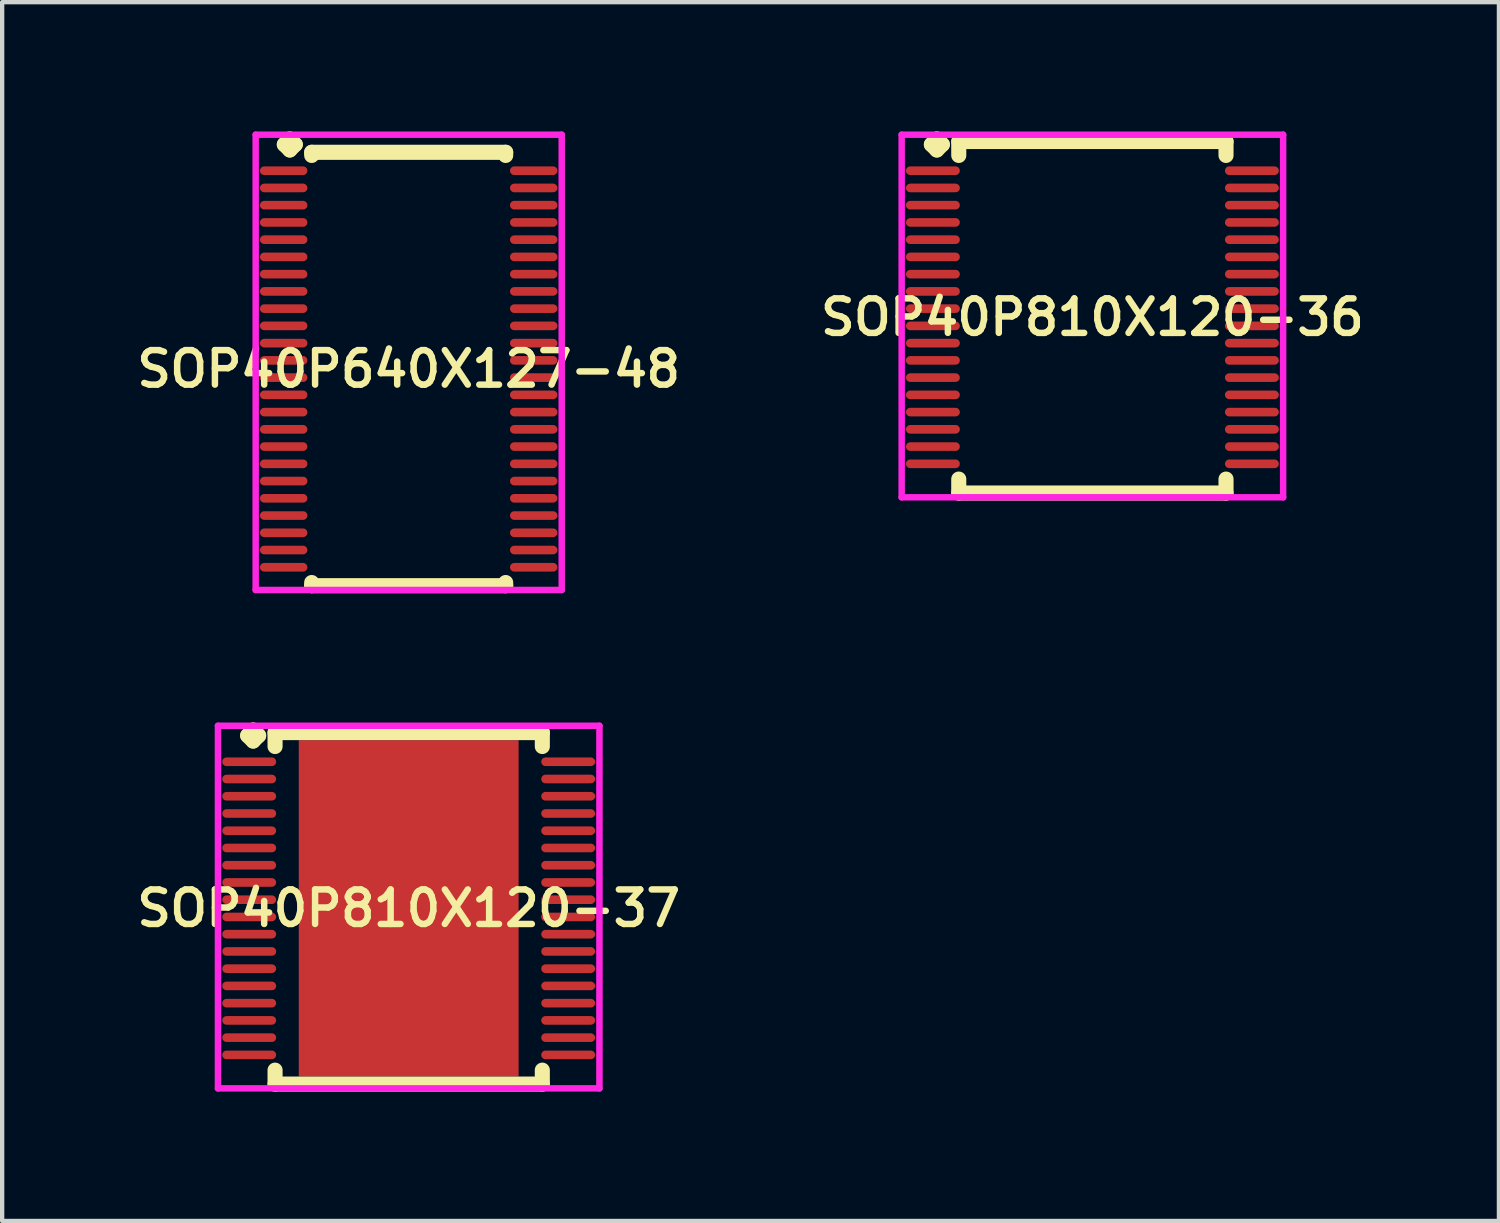
<source format=kicad_pcb>
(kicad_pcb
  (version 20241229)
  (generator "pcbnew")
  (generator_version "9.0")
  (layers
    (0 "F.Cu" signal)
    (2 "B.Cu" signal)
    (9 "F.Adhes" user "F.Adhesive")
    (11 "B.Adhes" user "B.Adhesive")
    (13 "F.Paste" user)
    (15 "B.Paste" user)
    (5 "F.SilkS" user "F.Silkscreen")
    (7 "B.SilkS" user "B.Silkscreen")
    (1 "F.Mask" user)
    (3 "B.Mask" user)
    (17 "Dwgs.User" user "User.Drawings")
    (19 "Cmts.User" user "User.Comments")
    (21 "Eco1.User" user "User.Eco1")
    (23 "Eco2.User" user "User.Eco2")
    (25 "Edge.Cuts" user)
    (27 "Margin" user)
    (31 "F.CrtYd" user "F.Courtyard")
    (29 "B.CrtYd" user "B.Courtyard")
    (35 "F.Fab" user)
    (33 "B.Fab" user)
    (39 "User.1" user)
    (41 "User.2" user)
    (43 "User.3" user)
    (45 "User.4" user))
  (footprint "SOP40P810X120-37"
    (layer "F.Cu")
    (at 6.431 18.022)
    (property "Reference" "SOP40P810X120-37" (at 0 0 0) (layer "F.SilkS") (effects (font (size 0.8 0.8) (thickness 0.15))))
    (attr through_hole)
    (fp_line (start -3.735 -4.008) (end -3.608 -4.135) (stroke (width 0.35) (type solid)) (layer "F.SilkS"))
    (fp_line (start -3.608 -4.135) (end -3.481 -4.008) (stroke (width 0.35) (type solid)) (layer "F.SilkS"))
    (fp_line (start -3.608 -3.881) (end -3.735 -4.008) (stroke (width 0.35) (type solid)) (layer "F.SilkS"))
    (fp_line (start -3.481 -4.008) (end -3.608 -3.881) (stroke (width 0.35) (type solid)) (layer "F.SilkS"))
    (fp_line (start -3.1 -4.077) (end 3.1 -4.077) (stroke (width 0.35) (type solid)) (layer "F.SilkS"))
    (fp_line (start -3.1 -3.754) (end -3.1 -4.077) (stroke (width 0.35) (type solid)) (layer "F.SilkS"))
    (fp_line (start -3.1 3.754) (end -3.1 4.077) (stroke (width 0.35) (type solid)) (layer "F.SilkS"))
    (fp_line (start -3.1 4.077) (end 3.1 4.077) (stroke (width 0.35) (type solid)) (layer "F.SilkS"))
    (fp_line (start 3.1 -4.077) (end 3.1 -3.754) (stroke (width 0.35) (type solid)) (layer "F.SilkS"))
    (fp_line (start 3.1 4.077) (end 3.1 3.754) (stroke (width 0.35) (type solid)) (layer "F.SilkS"))
    (fp_line (start -4.425 -4.235) (end 4.425 -4.235) (stroke (width 0.15) (type solid)) (layer "F.CrtYd"))
    (fp_line (start -4.425 4.177) (end -4.425 -4.235) (stroke (width 0.15) (type solid)) (layer "F.CrtYd"))
    (fp_line (start 4.425 -4.235) (end 4.425 4.177) (stroke (width 0.15) (type solid)) (layer "F.CrtYd"))
    (fp_line (start 4.425 4.177) (end -4.425 4.177) (stroke (width 0.15) (type solid)) (layer "F.CrtYd"))
    (pad "1" smd oval (at -3.7 -3.4) (size 1.25 0.2) (layers "F.Cu" "F.Mask" "F.Paste"))
    (pad "2" smd oval (at -3.7 -3) (size 1.25 0.2) (layers "F.Cu" "F.Mask" "F.Paste"))
    (pad "3" smd oval (at -3.7 -2.6) (size 1.25 0.2) (layers "F.Cu" "F.Mask" "F.Paste"))
    (pad "4" smd oval (at -3.7 -2.2) (size 1.25 0.2) (layers "F.Cu" "F.Mask" "F.Paste"))
    (pad "5" smd oval (at -3.7 -1.8) (size 1.25 0.2) (layers "F.Cu" "F.Mask" "F.Paste"))
    (pad "6" smd oval (at -3.7 -1.4) (size 1.25 0.2) (layers "F.Cu" "F.Mask" "F.Paste"))
    (pad "7" smd oval (at -3.7 -1) (size 1.25 0.2) (layers "F.Cu" "F.Mask" "F.Paste"))
    (pad "8" smd oval (at -3.7 -0.6) (size 1.25 0.2) (layers "F.Cu" "F.Mask" "F.Paste"))
    (pad "9" smd oval (at -3.7 -0.2) (size 1.25 0.2) (layers "F.Cu" "F.Mask" "F.Paste"))
    (pad "10" smd oval (at -3.7 0.2) (size 1.25 0.2) (layers "F.Cu" "F.Mask" "F.Paste"))
    (pad "11" smd oval (at -3.7 0.6) (size 1.25 0.2) (layers "F.Cu" "F.Mask" "F.Paste"))
    (pad "12" smd oval (at -3.7 1) (size 1.25 0.2) (layers "F.Cu" "F.Mask" "F.Paste"))
    (pad "13" smd oval (at -3.7 1.4) (size 1.25 0.2) (layers "F.Cu" "F.Mask" "F.Paste"))
    (pad "14" smd oval (at -3.7 1.8) (size 1.25 0.2) (layers "F.Cu" "F.Mask" "F.Paste"))
    (pad "15" smd oval (at -3.7 2.2) (size 1.25 0.2) (layers "F.Cu" "F.Mask" "F.Paste"))
    (pad "16" smd oval (at -3.7 2.6) (size 1.25 0.2) (layers "F.Cu" "F.Mask" "F.Paste"))
    (pad "17" smd oval (at -3.7 3) (size 1.25 0.2) (layers "F.Cu" "F.Mask" "F.Paste"))
    (pad "18" smd oval (at -3.7 3.4) (size 1.25 0.2) (layers "F.Cu" "F.Mask" "F.Paste"))
    (pad "19" smd oval (at 3.7 3.4) (size 1.25 0.2) (layers "F.Cu" "F.Mask" "F.Paste"))
    (pad "20" smd oval (at 3.7 3) (size 1.25 0.2) (layers "F.Cu" "F.Mask" "F.Paste"))
    (pad "21" smd oval (at 3.7 2.6) (size 1.25 0.2) (layers "F.Cu" "F.Mask" "F.Paste"))
    (pad "22" smd oval (at 3.7 2.2) (size 1.25 0.2) (layers "F.Cu" "F.Mask" "F.Paste"))
    (pad "23" smd oval (at 3.7 1.8) (size 1.25 0.2) (layers "F.Cu" "F.Mask" "F.Paste"))
    (pad "24" smd oval (at 3.7 1.4) (size 1.25 0.2) (layers "F.Cu" "F.Mask" "F.Paste"))
    (pad "25" smd oval (at 3.7 1) (size 1.25 0.2) (layers "F.Cu" "F.Mask" "F.Paste"))
    (pad "26" smd oval (at 3.7 0.6) (size 1.25 0.2) (layers "F.Cu" "F.Mask" "F.Paste"))
    (pad "27" smd oval (at 3.7 0.2) (size 1.25 0.2) (layers "F.Cu" "F.Mask" "F.Paste"))
    (pad "28" smd oval (at 3.7 -0.2) (size 1.25 0.2) (layers "F.Cu" "F.Mask" "F.Paste"))
    (pad "29" smd oval (at 3.7 -0.6) (size 1.25 0.2) (layers "F.Cu" "F.Mask" "F.Paste"))
    (pad "30" smd oval (at 3.7 -1) (size 1.25 0.2) (layers "F.Cu" "F.Mask" "F.Paste"))
    (pad "31" smd oval (at 3.7 -1.4) (size 1.25 0.2) (layers "F.Cu" "F.Mask" "F.Paste"))
    (pad "32" smd oval (at 3.7 -1.8) (size 1.25 0.2) (layers "F.Cu" "F.Mask" "F.Paste"))
    (pad "33" smd oval (at 3.7 -2.2) (size 1.25 0.2) (layers "F.Cu" "F.Mask" "F.Paste"))
    (pad "34" smd oval (at 3.7 -2.6) (size 1.25 0.2) (layers "F.Cu" "F.Mask" "F.Paste"))
    (pad "35" smd oval (at 3.7 -3) (size 1.25 0.2) (layers "F.Cu" "F.Mask" "F.Paste"))
    (pad "36" smd oval (at 3.7 -3.4) (size 1.25 0.2) (layers "F.Cu" "F.Mask" "F.Paste"))
    (pad "37" smd rect (at 0 0) (size 5.1 7.8) (layers "F.Cu" "F.Mask" "F.Paste")))
  (footprint "SOP40P810X120-36"
    (layer "F.Cu")
    (at 22.292 4.31)
    (property "Reference" "SOP40P810X120-36" (at 0 0 0) (layer "F.SilkS") (effects (font (size 0.8 0.8) (thickness 0.15))))
    (attr through_hole)
    (fp_line (start -3.735 -4.008) (end -3.608 -4.135) (stroke (width 0.35) (type solid)) (layer "F.SilkS"))
    (fp_line (start -3.608 -4.135) (end -3.481 -4.008) (stroke (width 0.35) (type solid)) (layer "F.SilkS"))
    (fp_line (start -3.608 -3.881) (end -3.735 -4.008) (stroke (width 0.35) (type solid)) (layer "F.SilkS"))
    (fp_line (start -3.481 -4.008) (end -3.608 -3.881) (stroke (width 0.35) (type solid)) (layer "F.SilkS"))
    (fp_line (start -3.1 -4.077) (end 3.1 -4.077) (stroke (width 0.35) (type solid)) (layer "F.SilkS"))
    (fp_line (start -3.1 -3.754) (end -3.1 -4.077) (stroke (width 0.35) (type solid)) (layer "F.SilkS"))
    (fp_line (start -3.1 3.754) (end -3.1 4.077) (stroke (width 0.35) (type solid)) (layer "F.SilkS"))
    (fp_line (start -3.1 4.077) (end 3.1 4.077) (stroke (width 0.35) (type solid)) (layer "F.SilkS"))
    (fp_line (start 3.1 -4.077) (end 3.1 -3.754) (stroke (width 0.35) (type solid)) (layer "F.SilkS"))
    (fp_line (start 3.1 4.077) (end 3.1 3.754) (stroke (width 0.35) (type solid)) (layer "F.SilkS"))
    (fp_line (start -4.425 -4.235) (end 4.425 -4.235) (stroke (width 0.15) (type solid)) (layer "F.CrtYd"))
    (fp_line (start -4.425 4.177) (end -4.425 -4.235) (stroke (width 0.15) (type solid)) (layer "F.CrtYd"))
    (fp_line (start 4.425 -4.235) (end 4.425 4.177) (stroke (width 0.15) (type solid)) (layer "F.CrtYd"))
    (fp_line (start 4.425 4.177) (end -4.425 4.177) (stroke (width 0.15) (type solid)) (layer "F.CrtYd"))
    (pad "1" smd oval (at -3.7 -3.4) (size 1.25 0.2) (layers "F.Cu" "F.Mask" "F.Paste"))
    (pad "2" smd oval (at -3.7 -3) (size 1.25 0.2) (layers "F.Cu" "F.Mask" "F.Paste"))
    (pad "3" smd oval (at -3.7 -2.6) (size 1.25 0.2) (layers "F.Cu" "F.Mask" "F.Paste"))
    (pad "4" smd oval (at -3.7 -2.2) (size 1.25 0.2) (layers "F.Cu" "F.Mask" "F.Paste"))
    (pad "5" smd oval (at -3.7 -1.8) (size 1.25 0.2) (layers "F.Cu" "F.Mask" "F.Paste"))
    (pad "6" smd oval (at -3.7 -1.4) (size 1.25 0.2) (layers "F.Cu" "F.Mask" "F.Paste"))
    (pad "7" smd oval (at -3.7 -1) (size 1.25 0.2) (layers "F.Cu" "F.Mask" "F.Paste"))
    (pad "8" smd oval (at -3.7 -0.6) (size 1.25 0.2) (layers "F.Cu" "F.Mask" "F.Paste"))
    (pad "9" smd oval (at -3.7 -0.2) (size 1.25 0.2) (layers "F.Cu" "F.Mask" "F.Paste"))
    (pad "10" smd oval (at -3.7 0.2) (size 1.25 0.2) (layers "F.Cu" "F.Mask" "F.Paste"))
    (pad "11" smd oval (at -3.7 0.6) (size 1.25 0.2) (layers "F.Cu" "F.Mask" "F.Paste"))
    (pad "12" smd oval (at -3.7 1) (size 1.25 0.2) (layers "F.Cu" "F.Mask" "F.Paste"))
    (pad "13" smd oval (at -3.7 1.4) (size 1.25 0.2) (layers "F.Cu" "F.Mask" "F.Paste"))
    (pad "14" smd oval (at -3.7 1.8) (size 1.25 0.2) (layers "F.Cu" "F.Mask" "F.Paste"))
    (pad "15" smd oval (at -3.7 2.2) (size 1.25 0.2) (layers "F.Cu" "F.Mask" "F.Paste"))
    (pad "16" smd oval (at -3.7 2.6) (size 1.25 0.2) (layers "F.Cu" "F.Mask" "F.Paste"))
    (pad "17" smd oval (at -3.7 3) (size 1.25 0.2) (layers "F.Cu" "F.Mask" "F.Paste"))
    (pad "18" smd oval (at -3.7 3.4) (size 1.25 0.2) (layers "F.Cu" "F.Mask" "F.Paste"))
    (pad "19" smd oval (at 3.7 3.4) (size 1.25 0.2) (layers "F.Cu" "F.Mask" "F.Paste"))
    (pad "20" smd oval (at 3.7 3) (size 1.25 0.2) (layers "F.Cu" "F.Mask" "F.Paste"))
    (pad "21" smd oval (at 3.7 2.6) (size 1.25 0.2) (layers "F.Cu" "F.Mask" "F.Paste"))
    (pad "22" smd oval (at 3.7 2.2) (size 1.25 0.2) (layers "F.Cu" "F.Mask" "F.Paste"))
    (pad "23" smd oval (at 3.7 1.8) (size 1.25 0.2) (layers "F.Cu" "F.Mask" "F.Paste"))
    (pad "24" smd oval (at 3.7 1.4) (size 1.25 0.2) (layers "F.Cu" "F.Mask" "F.Paste"))
    (pad "25" smd oval (at 3.7 1) (size 1.25 0.2) (layers "F.Cu" "F.Mask" "F.Paste"))
    (pad "26" smd oval (at 3.7 0.6) (size 1.25 0.2) (layers "F.Cu" "F.Mask" "F.Paste"))
    (pad "27" smd oval (at 3.7 0.2) (size 1.25 0.2) (layers "F.Cu" "F.Mask" "F.Paste"))
    (pad "28" smd oval (at 3.7 -0.2) (size 1.25 0.2) (layers "F.Cu" "F.Mask" "F.Paste"))
    (pad "29" smd oval (at 3.7 -0.6) (size 1.25 0.2) (layers "F.Cu" "F.Mask" "F.Paste"))
    (pad "30" smd oval (at 3.7 -1) (size 1.25 0.2) (layers "F.Cu" "F.Mask" "F.Paste"))
    (pad "31" smd oval (at 3.7 -1.4) (size 1.25 0.2) (layers "F.Cu" "F.Mask" "F.Paste"))
    (pad "32" smd oval (at 3.7 -1.8) (size 1.25 0.2) (layers "F.Cu" "F.Mask" "F.Paste"))
    (pad "33" smd oval (at 3.7 -2.2) (size 1.25 0.2) (layers "F.Cu" "F.Mask" "F.Paste"))
    (pad "34" smd oval (at 3.7 -2.6) (size 1.25 0.2) (layers "F.Cu" "F.Mask" "F.Paste"))
    (pad "35" smd oval (at 3.7 -3) (size 1.25 0.2) (layers "F.Cu" "F.Mask" "F.Paste"))
    (pad "36" smd oval (at 3.7 -3.4) (size 1.25 0.2) (layers "F.Cu" "F.Mask" "F.Paste")))
  (footprint "SOP40P640X127-48"
    (layer "F.Cu")
    (at 6.431 5.51)
    (property "Reference" "SOP40P640X127-48" (at 0 0 0) (layer "F.SilkS") (effects (font (size 0.8 0.8) (thickness 0.15))))
    (attr smd)
    (fp_line (start -2.885 -5.208) (end -2.758 -5.335) (stroke (width 0.35) (type solid)) (layer "F.SilkS"))
    (fp_line (start -2.758 -5.335) (end -2.631 -5.208) (stroke (width 0.35) (type solid)) (layer "F.SilkS"))
    (fp_line (start -2.758 -5.081) (end -2.885 -5.208) (stroke (width 0.35) (type solid)) (layer "F.SilkS"))
    (fp_line (start -2.631 -5.208) (end -2.758 -5.081) (stroke (width 0.35) (type solid)) (layer "F.SilkS"))
    (fp_line (start -2.25 -5.027) (end 2.25 -5.027) (stroke (width 0.35) (type solid)) (layer "F.SilkS"))
    (fp_line (start -2.25 -4.954) (end -2.25 -5.027) (stroke (width 0.35) (type solid)) (layer "F.SilkS"))
    (fp_line (start -2.25 4.954) (end -2.25 5.027) (stroke (width 0.35) (type solid)) (layer "F.SilkS"))
    (fp_line (start -2.25 5.027) (end 2.25 5.027) (stroke (width 0.35) (type solid)) (layer "F.SilkS"))
    (fp_line (start 2.25 -5.027) (end 2.25 -4.954) (stroke (width 0.35) (type solid)) (layer "F.SilkS"))
    (fp_line (start 2.25 5.027) (end 2.25 4.954) (stroke (width 0.35) (type solid)) (layer "F.SilkS"))
    (fp_line (start -3.55 -5.435) (end 3.55 -5.435) (stroke (width 0.15) (type solid)) (layer "F.CrtYd"))
    (fp_line (start -3.55 5.127) (end -3.55 -5.435) (stroke (width 0.15) (type solid)) (layer "F.CrtYd"))
    (fp_line (start 3.55 -5.435) (end 3.55 5.127) (stroke (width 0.15) (type solid)) (layer "F.CrtYd"))
    (fp_line (start 3.55 5.127) (end -3.55 5.127) (stroke (width 0.15) (type solid)) (layer "F.CrtYd"))
    (pad "1" smd oval (at -2.9 -4.6) (size 1.1 0.2) (layers "F.Cu" "F.Mask" "F.Paste"))
    (pad "2" smd oval (at -2.9 -4.2) (size 1.1 0.2) (layers "F.Cu" "F.Mask" "F.Paste"))
    (pad "3" smd oval (at -2.9 -3.8) (size 1.1 0.2) (layers "F.Cu" "F.Mask" "F.Paste"))
    (pad "4" smd oval (at -2.9 -3.4) (size 1.1 0.2) (layers "F.Cu" "F.Mask" "F.Paste"))
    (pad "5" smd oval (at -2.9 -3) (size 1.1 0.2) (layers "F.Cu" "F.Mask" "F.Paste"))
    (pad "6" smd oval (at -2.9 -2.6) (size 1.1 0.2) (layers "F.Cu" "F.Mask" "F.Paste"))
    (pad "7" smd oval (at -2.9 -2.2) (size 1.1 0.2) (layers "F.Cu" "F.Mask" "F.Paste"))
    (pad "8" smd oval (at -2.9 -1.8) (size 1.1 0.2) (layers "F.Cu" "F.Mask" "F.Paste"))
    (pad "9" smd oval (at -2.9 -1.4) (size 1.1 0.2) (layers "F.Cu" "F.Mask" "F.Paste"))
    (pad "10" smd oval (at -2.9 -1) (size 1.1 0.2) (layers "F.Cu" "F.Mask" "F.Paste"))
    (pad "11" smd oval (at -2.9 -0.6) (size 1.1 0.2) (layers "F.Cu" "F.Mask" "F.Paste"))
    (pad "12" smd oval (at -2.9 -0.2) (size 1.1 0.2) (layers "F.Cu" "F.Mask" "F.Paste"))
    (pad "13" smd oval (at -2.9 0.2) (size 1.1 0.2) (layers "F.Cu" "F.Mask" "F.Paste"))
    (pad "14" smd oval (at -2.9 0.6) (size 1.1 0.2) (layers "F.Cu" "F.Mask" "F.Paste"))
    (pad "15" smd oval (at -2.9 1) (size 1.1 0.2) (layers "F.Cu" "F.Mask" "F.Paste"))
    (pad "16" smd oval (at -2.9 1.4) (size 1.1 0.2) (layers "F.Cu" "F.Mask" "F.Paste"))
    (pad "17" smd oval (at -2.9 1.8) (size 1.1 0.2) (layers "F.Cu" "F.Mask" "F.Paste"))
    (pad "18" smd oval (at -2.9 2.2) (size 1.1 0.2) (layers "F.Cu" "F.Mask" "F.Paste"))
    (pad "19" smd oval (at -2.9 2.6) (size 1.1 0.2) (layers "F.Cu" "F.Mask" "F.Paste"))
    (pad "20" smd oval (at -2.9 3) (size 1.1 0.2) (layers "F.Cu" "F.Mask" "F.Paste"))
    (pad "21" smd oval (at -2.9 3.4) (size 1.1 0.2) (layers "F.Cu" "F.Mask" "F.Paste"))
    (pad "22" smd oval (at -2.9 3.8) (size 1.1 0.2) (layers "F.Cu" "F.Mask" "F.Paste"))
    (pad "23" smd oval (at -2.9 4.2) (size 1.1 0.2) (layers "F.Cu" "F.Mask" "F.Paste"))
    (pad "24" smd oval (at -2.9 4.6) (size 1.1 0.2) (layers "F.Cu" "F.Mask" "F.Paste"))
    (pad "25" smd oval (at 2.9 4.6) (size 1.1 0.2) (layers "F.Cu" "F.Mask" "F.Paste"))
    (pad "26" smd oval (at 2.9 4.2) (size 1.1 0.2) (layers "F.Cu" "F.Mask" "F.Paste"))
    (pad "27" smd oval (at 2.9 3.8) (size 1.1 0.2) (layers "F.Cu" "F.Mask" "F.Paste"))
    (pad "28" smd oval (at 2.9 3.4) (size 1.1 0.2) (layers "F.Cu" "F.Mask" "F.Paste"))
    (pad "29" smd oval (at 2.9 3) (size 1.1 0.2) (layers "F.Cu" "F.Mask" "F.Paste"))
    (pad "30" smd oval (at 2.9 2.6) (size 1.1 0.2) (layers "F.Cu" "F.Mask" "F.Paste"))
    (pad "31" smd oval (at 2.9 2.2) (size 1.1 0.2) (layers "F.Cu" "F.Mask" "F.Paste"))
    (pad "32" smd oval (at 2.9 1.8) (size 1.1 0.2) (layers "F.Cu" "F.Mask" "F.Paste"))
    (pad "33" smd oval (at 2.9 1.4) (size 1.1 0.2) (layers "F.Cu" "F.Mask" "F.Paste"))
    (pad "34" smd oval (at 2.9 1) (size 1.1 0.2) (layers "F.Cu" "F.Mask" "F.Paste"))
    (pad "35" smd oval (at 2.9 0.6) (size 1.1 0.2) (layers "F.Cu" "F.Mask" "F.Paste"))
    (pad "36" smd oval (at 2.9 0.2) (size 1.1 0.2) (layers "F.Cu" "F.Mask" "F.Paste"))
    (pad "37" smd oval (at 2.9 -0.2) (size 1.1 0.2) (layers "F.Cu" "F.Mask" "F.Paste"))
    (pad "38" smd oval (at 2.9 -0.6) (size 1.1 0.2) (layers "F.Cu" "F.Mask" "F.Paste"))
    (pad "39" smd oval (at 2.9 -1) (size 1.1 0.2) (layers "F.Cu" "F.Mask" "F.Paste"))
    (pad "40" smd oval (at 2.9 -1.4) (size 1.1 0.2) (layers "F.Cu" "F.Mask" "F.Paste"))
    (pad "41" smd oval (at 2.9 -1.8) (size 1.1 0.2) (layers "F.Cu" "F.Mask" "F.Paste"))
    (pad "42" smd oval (at 2.9 -2.2) (size 1.1 0.2) (layers "F.Cu" "F.Mask" "F.Paste"))
    (pad "43" smd oval (at 2.9 -2.6) (size 1.1 0.2) (layers "F.Cu" "F.Mask" "F.Paste"))
    (pad "44" smd oval (at 2.9 -3) (size 1.1 0.2) (layers "F.Cu" "F.Mask" "F.Paste"))
    (pad "45" smd oval (at 2.9 -3.4) (size 1.1 0.2) (layers "F.Cu" "F.Mask" "F.Paste"))
    (pad "46" smd oval (at 2.9 -3.8) (size 1.1 0.2) (layers "F.Cu" "F.Mask" "F.Paste"))
    (pad "47" smd oval (at 2.9 -4.2) (size 1.1 0.2) (layers "F.Cu" "F.Mask" "F.Paste"))
    (pad "48" smd oval (at 2.9 -4.6) (size 1.1 0.2) (layers "F.Cu" "F.Mask" "F.Paste")))
  (gr_rect
    (start -3 -3)
    (end 31.723 25.274)
    (stroke (width 0.1) (type default))
    (fill no)
    (layer "Edge.Cuts")))
</source>
